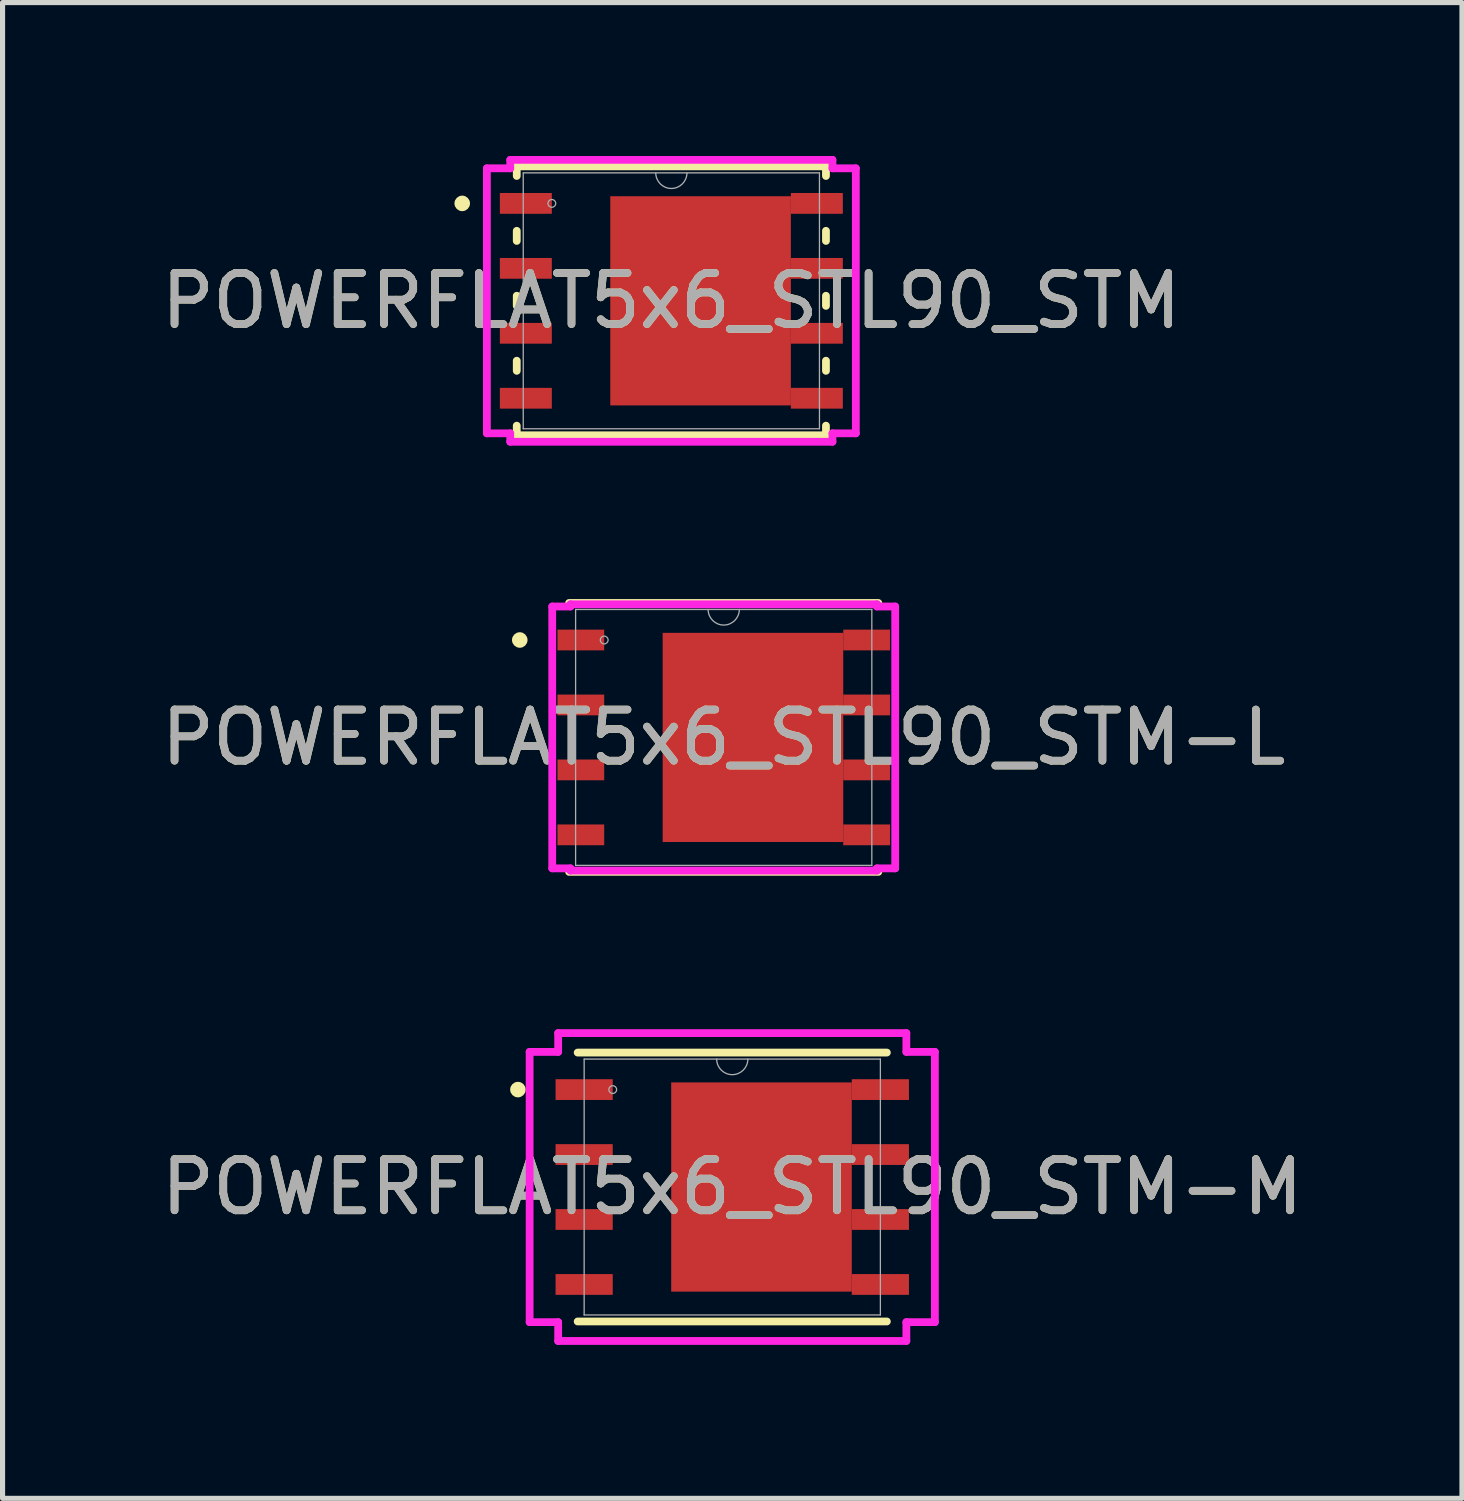
<source format=kicad_pcb>
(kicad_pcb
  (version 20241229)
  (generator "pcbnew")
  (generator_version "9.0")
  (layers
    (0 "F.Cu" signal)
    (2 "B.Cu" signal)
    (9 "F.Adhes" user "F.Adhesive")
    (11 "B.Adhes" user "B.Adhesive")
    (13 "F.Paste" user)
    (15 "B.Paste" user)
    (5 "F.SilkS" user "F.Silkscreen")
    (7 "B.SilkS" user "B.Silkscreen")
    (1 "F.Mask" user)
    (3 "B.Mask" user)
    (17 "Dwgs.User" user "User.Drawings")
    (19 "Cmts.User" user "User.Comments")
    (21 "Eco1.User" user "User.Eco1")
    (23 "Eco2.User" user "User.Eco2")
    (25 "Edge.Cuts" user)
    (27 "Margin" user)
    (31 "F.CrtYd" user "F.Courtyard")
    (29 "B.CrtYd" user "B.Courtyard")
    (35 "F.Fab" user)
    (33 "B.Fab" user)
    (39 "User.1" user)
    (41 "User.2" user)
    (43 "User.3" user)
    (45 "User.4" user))
  (footprint "POWERFLAT5x6_STL90_STM"
    (layer "F.Cu")
    (at 10.077 2.832)
    (property "Reference" "POWERFLAT5x6_STL90_STM" (at 0 0 0) (unlocked yes) (layer "F.SilkS") (effects (font (size 1 1) (thickness 0.15))))
    (attr smd)
    (fp_poly (pts (xy 2.337 -2.045) (xy -1.194 -2.045) (xy -1.194 2.045) (xy 2.337 2.045)) (stroke (width 0) (type solid)) (fill yes) (layer "F.Cu"))
    (fp_poly (pts (xy 2.337 -2.045) (xy -1.194 -2.045) (xy -1.194 2.045) (xy 2.337 2.045)) (stroke (width 0) (type solid)) (fill yes) (layer "F.Mask"))
    (fp_line (start -3.023 -2.629) (end -3.023 -2.441) (stroke (width 0.152) (type solid)) (layer "F.SilkS"))
    (fp_line (start -3.023 -1.369) (end -3.023 -1.171) (stroke (width 0.152) (type solid)) (layer "F.SilkS"))
    (fp_line (start -3.023 -0.099) (end -3.023 0.099) (stroke (width 0.152) (type solid)) (layer "F.SilkS"))
    (fp_line (start -3.023 1.171) (end -3.023 1.369) (stroke (width 0.152) (type solid)) (layer "F.SilkS"))
    (fp_line (start -3.023 2.441) (end -3.023 2.629) (stroke (width 0.152) (type solid)) (layer "F.SilkS"))
    (fp_line (start -3.023 2.629) (end 3.023 2.629) (stroke (width 0.152) (type solid)) (layer "F.SilkS"))
    (fp_line (start 3.023 -2.629) (end -3.023 -2.629) (stroke (width 0.152) (type solid)) (layer "F.SilkS"))
    (fp_line (start 3.023 -2.441) (end 3.023 -2.629) (stroke (width 0.152) (type solid)) (layer "F.SilkS"))
    (fp_line (start 3.023 -1.171) (end 3.023 -1.369) (stroke (width 0.152) (type solid)) (layer "F.SilkS"))
    (fp_line (start 3.023 0.099) (end 3.023 -0.099) (stroke (width 0.152) (type solid)) (layer "F.SilkS"))
    (fp_line (start 3.023 1.369) (end 3.023 1.171) (stroke (width 0.152) (type solid)) (layer "F.SilkS"))
    (fp_line (start 3.023 2.629) (end 3.023 2.441) (stroke (width 0.152) (type solid)) (layer "F.SilkS"))
    (fp_circle (center -4.089 -1.905) (end -4.013 -1.905) (stroke (width 0.152) (type solid)) (fill no) (layer "F.SilkS"))
    (fp_poly (pts (xy 2.337 -2.045) (xy -1.194 -2.045) (xy -1.194 2.045) (xy 2.337 2.045)) (stroke (width 0) (type solid)) (fill yes) (layer "F.Paste"))
    (fp_line (start -3.607 -2.591) (end -3.15 -2.591) (stroke (width 0.152) (type solid)) (layer "F.CrtYd"))
    (fp_line (start -3.607 2.591) (end -3.607 -2.591) (stroke (width 0.152) (type solid)) (layer "F.CrtYd"))
    (fp_line (start -3.607 2.591) (end -3.15 2.591) (stroke (width 0.152) (type solid)) (layer "F.CrtYd"))
    (fp_line (start -3.15 -2.756) (end 3.15 -2.756) (stroke (width 0.152) (type solid)) (layer "F.CrtYd"))
    (fp_line (start -3.15 -2.591) (end -3.15 -2.756) (stroke (width 0.152) (type solid)) (layer "F.CrtYd"))
    (fp_line (start -3.15 2.756) (end -3.15 2.591) (stroke (width 0.152) (type solid)) (layer "F.CrtYd"))
    (fp_line (start 3.15 -2.756) (end 3.15 -2.591) (stroke (width 0.152) (type solid)) (layer "F.CrtYd"))
    (fp_line (start 3.15 2.591) (end 3.15 2.756) (stroke (width 0.152) (type solid)) (layer "F.CrtYd"))
    (fp_line (start 3.15 2.756) (end -3.15 2.756) (stroke (width 0.152) (type solid)) (layer "F.CrtYd"))
    (fp_line (start 3.607 -2.591) (end 3.15 -2.591) (stroke (width 0.152) (type solid)) (layer "F.CrtYd"))
    (fp_line (start 3.607 -2.591) (end 3.607 2.591) (stroke (width 0.152) (type solid)) (layer "F.CrtYd"))
    (fp_line (start 3.607 2.591) (end 3.15 2.591) (stroke (width 0.152) (type solid)) (layer "F.CrtYd"))
    (fp_line (start -2.896 -2.502) (end -2.896 2.502) (stroke (width 0.025) (type solid)) (layer "F.Fab"))
    (fp_line (start -2.896 2.502) (end 2.896 2.502) (stroke (width 0.025) (type solid)) (layer "F.Fab"))
    (fp_line (start 2.896 -2.502) (end -2.896 -2.502) (stroke (width 0.025) (type solid)) (layer "F.Fab"))
    (fp_line (start 2.896 2.502) (end 2.896 -2.502) (stroke (width 0.025) (type solid)) (layer "F.Fab"))
    (fp_arc (start 0.3048 -2.5019) (mid 0 -2.1971) (end -0.3048 -2.5019) (stroke (width 0.0254) (type solid)) (layer "F.Fab"))
    (fp_circle (center -2.337 -1.905) (end -2.261 -1.905) (stroke (width 0.025) (type solid)) (fill no) (layer "F.Fab"))
    (fp_text user "${REFERENCE}" (at 0 0 0) (unlocked yes) (layer "F.Fab") (effects (font (size 1 1) (thickness 0.15))))
    (pad "1" smd rect (at -2.845 -1.905) (size 1.016 0.406) (layers "F.Cu" "F.Mask" "F.Paste"))
    (pad "2" smd rect (at -2.845 -0.635) (size 1.016 0.406) (layers "F.Cu" "F.Mask" "F.Paste"))
    (pad "3" smd rect (at -2.845 0.635) (size 1.016 0.406) (layers "F.Cu" "F.Mask" "F.Paste"))
    (pad "4" smd rect (at -2.845 1.905) (size 1.016 0.406) (layers "F.Cu" "F.Mask" "F.Paste"))
    (pad "5" smd rect (at 2.845 1.905) (size 1.016 0.406) (layers "F.Cu" "F.Mask" "F.Paste"))
    (pad "6" smd rect (at 2.845 0.635) (size 1.016 0.406) (layers "F.Cu" "F.Mask" "F.Paste"))
    (pad "7" smd rect (at 2.845 -0.635) (size 1.016 0.406) (layers "F.Cu" "F.Mask" "F.Paste"))
    (pad "8" smd rect (at 2.845 -1.905) (size 1.016 0.406) (layers "F.Cu" "F.Mask" "F.Paste")))
  (footprint "POWERFLAT5x6_STL90_STM-L"
    (layer "F.Cu")
    (at 11.101 11.369)
    (property "Reference" "POWERFLAT5x6_STL90_STM-L" (at 0 0 0) (unlocked yes) (layer "F.SilkS") (effects (font (size 1 1) (thickness 0.15))))
    (attr smd)
    (fp_poly (pts (xy 2.337 -2.045) (xy -1.194 -2.045) (xy -1.194 2.045) (xy 2.337 2.045)) (stroke (width 0) (type solid)) (fill yes) (layer "F.Cu"))
    (fp_poly (pts (xy 2.337 -2.045) (xy -1.194 -2.045) (xy -1.194 2.045) (xy 2.337 2.045)) (stroke (width 0) (type solid)) (fill yes) (layer "F.Mask"))
    (fp_line (start -3.023 2.629) (end 3.023 2.629) (stroke (width 0.152) (type solid)) (layer "F.SilkS"))
    (fp_line (start 3.023 -2.629) (end -3.023 -2.629) (stroke (width 0.152) (type solid)) (layer "F.SilkS"))
    (fp_circle (center -3.988 -1.905) (end -3.912 -1.905) (stroke (width 0.152) (type solid)) (fill no) (layer "F.SilkS"))
    (fp_poly (pts (xy 2.337 -2.045) (xy -1.194 -2.045) (xy -1.194 2.045) (xy 2.337 2.045)) (stroke (width 0) (type solid)) (fill yes) (layer "F.Paste"))
    (fp_line (start -3.353 -2.56) (end -2.997 -2.56) (stroke (width 0.152) (type solid)) (layer "F.CrtYd"))
    (fp_line (start -3.353 2.56) (end -3.353 -2.56) (stroke (width 0.152) (type solid)) (layer "F.CrtYd"))
    (fp_line (start -3.353 2.56) (end -2.997 2.56) (stroke (width 0.152) (type solid)) (layer "F.CrtYd"))
    (fp_line (start -2.997 -2.603) (end 2.997 -2.603) (stroke (width 0.152) (type solid)) (layer "F.CrtYd"))
    (fp_line (start -2.997 -2.56) (end -2.997 -2.603) (stroke (width 0.152) (type solid)) (layer "F.CrtYd"))
    (fp_line (start -2.997 2.603) (end -2.997 2.56) (stroke (width 0.152) (type solid)) (layer "F.CrtYd"))
    (fp_line (start 2.997 -2.603) (end 2.997 -2.56) (stroke (width 0.152) (type solid)) (layer "F.CrtYd"))
    (fp_line (start 2.997 2.56) (end 2.997 2.603) (stroke (width 0.152) (type solid)) (layer "F.CrtYd"))
    (fp_line (start 2.997 2.603) (end -2.997 2.603) (stroke (width 0.152) (type solid)) (layer "F.CrtYd"))
    (fp_line (start 3.353 -2.56) (end 2.997 -2.56) (stroke (width 0.152) (type solid)) (layer "F.CrtYd"))
    (fp_line (start 3.353 -2.56) (end 3.353 2.56) (stroke (width 0.152) (type solid)) (layer "F.CrtYd"))
    (fp_line (start 3.353 2.56) (end 2.997 2.56) (stroke (width 0.152) (type solid)) (layer "F.CrtYd"))
    (fp_line (start -2.896 -2.502) (end -2.896 2.502) (stroke (width 0.025) (type solid)) (layer "F.Fab"))
    (fp_line (start -2.896 2.502) (end 2.896 2.502) (stroke (width 0.025) (type solid)) (layer "F.Fab"))
    (fp_line (start 2.896 -2.502) (end -2.896 -2.502) (stroke (width 0.025) (type solid)) (layer "F.Fab"))
    (fp_line (start 2.896 2.502) (end 2.896 -2.502) (stroke (width 0.025) (type solid)) (layer "F.Fab"))
    (fp_arc (start 0.3048 -2.5019) (mid 0 -2.1971) (end -0.3048 -2.5019) (stroke (width 0.0254) (type solid)) (layer "F.Fab"))
    (fp_circle (center -2.337 -1.905) (end -2.261 -1.905) (stroke (width 0.025) (type solid)) (fill no) (layer "F.Fab"))
    (fp_text user "${REFERENCE}" (at 0 0 0) (unlocked yes) (layer "F.Fab") (effects (font (size 1 1) (thickness 0.15))))
    (pad "1" smd rect (at -2.794 -1.905) (size 0.914 0.406) (layers "F.Cu" "F.Mask" "F.Paste"))
    (pad "2" smd rect (at -2.794 -0.635) (size 0.914 0.406) (layers "F.Cu" "F.Mask" "F.Paste"))
    (pad "3" smd rect (at -2.794 0.635) (size 0.914 0.406) (layers "F.Cu" "F.Mask" "F.Paste"))
    (pad "4" smd rect (at -2.794 1.905) (size 0.914 0.406) (layers "F.Cu" "F.Mask" "F.Paste"))
    (pad "5" smd rect (at 2.794 1.905) (size 0.914 0.406) (layers "F.Cu" "F.Mask" "F.Paste"))
    (pad "6" smd rect (at 2.794 0.635) (size 0.914 0.406) (layers "F.Cu" "F.Mask" "F.Paste"))
    (pad "7" smd rect (at 2.794 -0.635) (size 0.914 0.406) (layers "F.Cu" "F.Mask" "F.Paste"))
    (pad "8" smd rect (at 2.794 -1.905) (size 0.914 0.406) (layers "F.Cu" "F.Mask" "F.Paste")))
  (footprint "POWERFLAT5x6_STL90_STM-M"
    (layer "F.Cu")
    (at 11.268 20.16)
    (property "Reference" "POWERFLAT5x6_STL90_STM-M" (at 0 0 0) (unlocked yes) (layer "F.SilkS") (effects (font (size 1 1) (thickness 0.15))))
    (attr smd)
    (fp_poly (pts (xy 2.337 -2.045) (xy -1.194 -2.045) (xy -1.194 2.045) (xy 2.337 2.045)) (stroke (width 0) (type solid)) (fill yes) (layer "F.Cu"))
    (fp_poly (pts (xy 2.337 -2.045) (xy -1.194 -2.045) (xy -1.194 2.045) (xy 2.337 2.045)) (stroke (width 0) (type solid)) (fill yes) (layer "F.Mask"))
    (fp_line (start -3.023 2.629) (end 3.023 2.629) (stroke (width 0.152) (type solid)) (layer "F.SilkS"))
    (fp_line (start 3.023 -2.629) (end -3.023 -2.629) (stroke (width 0.152) (type solid)) (layer "F.SilkS"))
    (fp_circle (center -4.191 -1.905) (end -4.115 -1.905) (stroke (width 0.152) (type solid)) (fill no) (layer "F.SilkS"))
    (fp_poly (pts (xy 2.337 -2.045) (xy -1.194 -2.045) (xy -1.194 2.045) (xy 2.337 2.045)) (stroke (width 0) (type solid)) (fill yes) (layer "F.Paste"))
    (fp_line (start -3.962 -2.642) (end -3.404 -2.642) (stroke (width 0.152) (type solid)) (layer "F.CrtYd"))
    (fp_line (start -3.962 2.642) (end -3.962 -2.642) (stroke (width 0.152) (type solid)) (layer "F.CrtYd"))
    (fp_line (start -3.962 2.642) (end -3.404 2.642) (stroke (width 0.152) (type solid)) (layer "F.CrtYd"))
    (fp_line (start -3.404 -3.01) (end 3.404 -3.01) (stroke (width 0.152) (type solid)) (layer "F.CrtYd"))
    (fp_line (start -3.404 -2.642) (end -3.404 -3.01) (stroke (width 0.152) (type solid)) (layer "F.CrtYd"))
    (fp_line (start -3.404 3.01) (end -3.404 2.642) (stroke (width 0.152) (type solid)) (layer "F.CrtYd"))
    (fp_line (start 3.404 -3.01) (end 3.404 -2.642) (stroke (width 0.152) (type solid)) (layer "F.CrtYd"))
    (fp_line (start 3.404 2.642) (end 3.404 3.01) (stroke (width 0.152) (type solid)) (layer "F.CrtYd"))
    (fp_line (start 3.404 3.01) (end -3.404 3.01) (stroke (width 0.152) (type solid)) (layer "F.CrtYd"))
    (fp_line (start 3.962 -2.642) (end 3.404 -2.642) (stroke (width 0.152) (type solid)) (layer "F.CrtYd"))
    (fp_line (start 3.962 -2.642) (end 3.962 2.642) (stroke (width 0.152) (type solid)) (layer "F.CrtYd"))
    (fp_line (start 3.962 2.642) (end 3.404 2.642) (stroke (width 0.152) (type solid)) (layer "F.CrtYd"))
    (fp_line (start -2.896 -2.502) (end -2.896 2.502) (stroke (width 0.025) (type solid)) (layer "F.Fab"))
    (fp_line (start -2.896 2.502) (end 2.896 2.502) (stroke (width 0.025) (type solid)) (layer "F.Fab"))
    (fp_line (start 2.896 -2.502) (end -2.896 -2.502) (stroke (width 0.025) (type solid)) (layer "F.Fab"))
    (fp_line (start 2.896 2.502) (end 2.896 -2.502) (stroke (width 0.025) (type solid)) (layer "F.Fab"))
    (fp_arc (start 0.3048 -2.5019) (mid 0 -2.1971) (end -0.3048 -2.5019) (stroke (width 0.0254) (type solid)) (layer "F.Fab"))
    (fp_circle (center -2.337 -1.905) (end -2.261 -1.905) (stroke (width 0.025) (type solid)) (fill no) (layer "F.Fab"))
    (fp_text user "${REFERENCE}" (at 0 0 0) (unlocked yes) (layer "F.Fab") (effects (font (size 1 1) (thickness 0.15))))
    (pad "1" smd rect (at -2.896 -1.905) (size 1.118 0.406) (layers "F.Cu" "F.Mask" "F.Paste"))
    (pad "2" smd rect (at -2.896 -0.635) (size 1.118 0.406) (layers "F.Cu" "F.Mask" "F.Paste"))
    (pad "3" smd rect (at -2.896 0.635) (size 1.118 0.406) (layers "F.Cu" "F.Mask" "F.Paste"))
    (pad "4" smd rect (at -2.896 1.905) (size 1.118 0.406) (layers "F.Cu" "F.Mask" "F.Paste"))
    (pad "5" smd rect (at 2.896 1.905) (size 1.118 0.406) (layers "F.Cu" "F.Mask" "F.Paste"))
    (pad "6" smd rect (at 2.896 0.635) (size 1.118 0.406) (layers "F.Cu" "F.Mask" "F.Paste"))
    (pad "7" smd rect (at 2.896 -0.635) (size 1.118 0.406) (layers "F.Cu" "F.Mask" "F.Paste"))
    (pad "8" smd rect (at 2.896 -1.905) (size 1.118 0.406) (layers "F.Cu" "F.Mask" "F.Paste")))
  (gr_rect
    (start -3 -3)
    (end 25.536 26.247)
    (stroke (width 0.1) (type default))
    (fill no)
    (layer "Edge.Cuts")))
</source>
